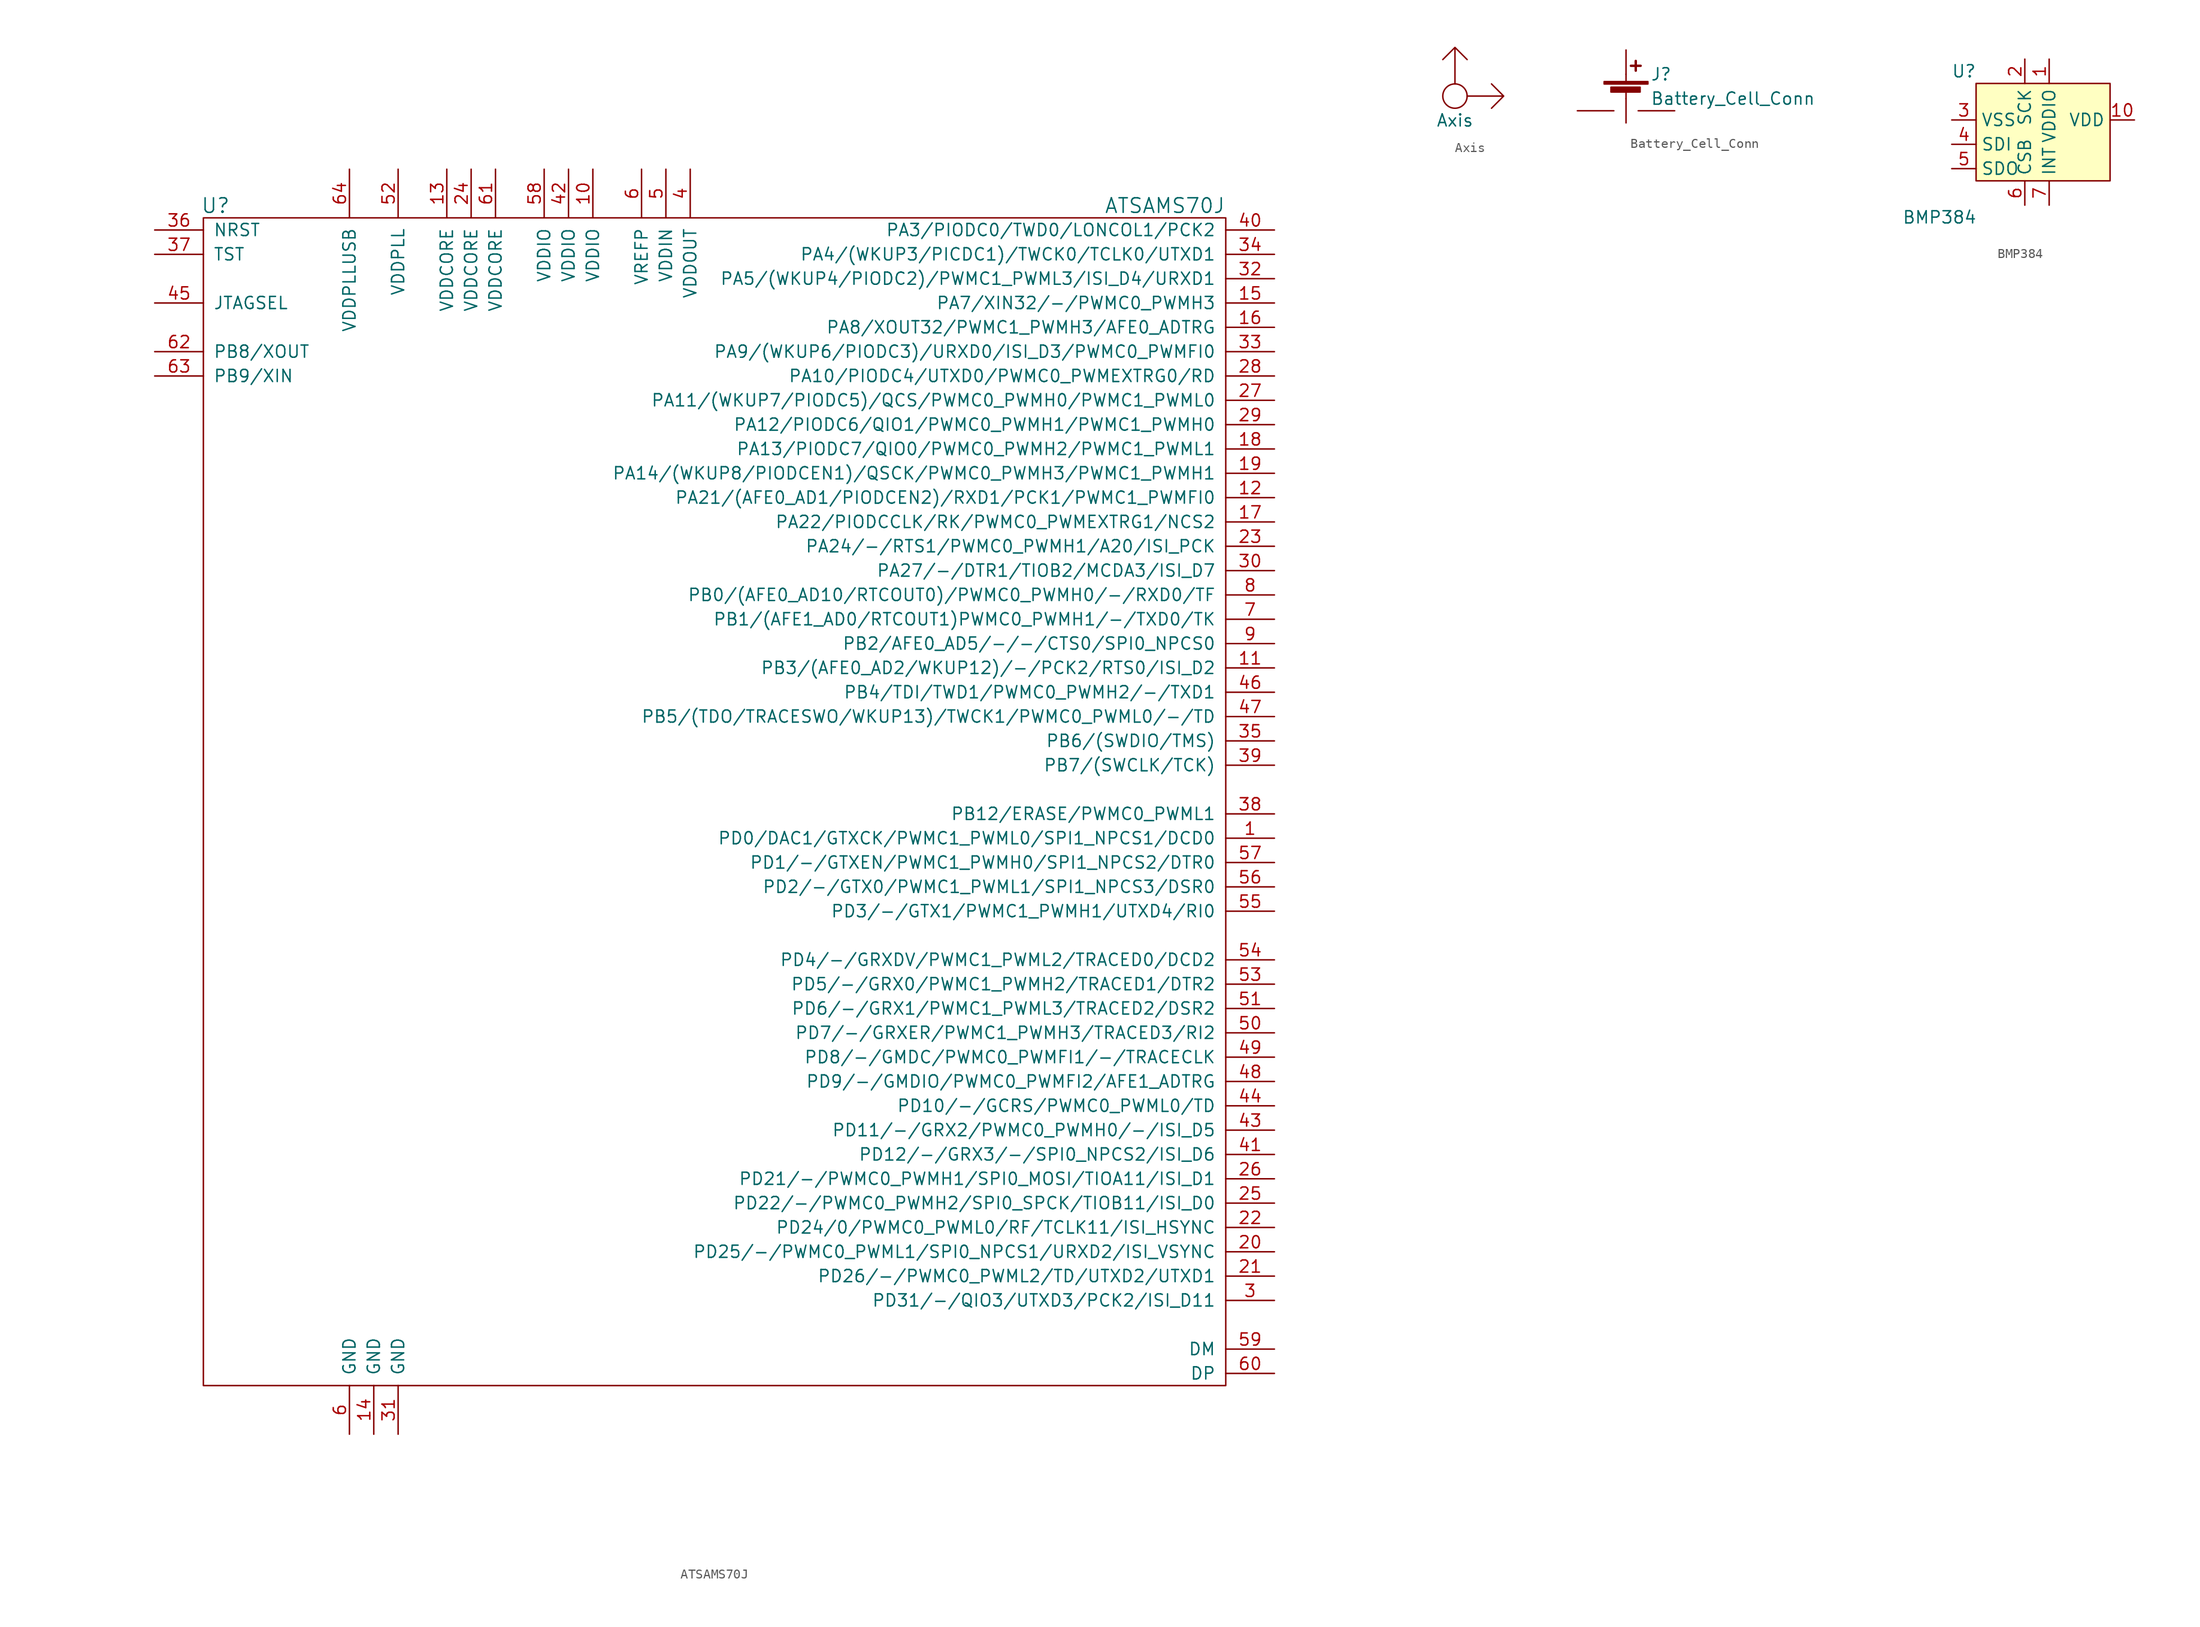
<source format=kicad_sym>
(kicad_symbol_lib
  (version 20211014)
  (generator kicad_symbol_editor)
  (symbol "ATSAMS70J"
    (pin_names
      (offset 1.016))
    (property "Reference" "U"
      (at -55.88 66.04 0)
      (effects (font (size 1.524 1.524))))
    (property "Value" "ATSAMS70J"
      (at 43.18 66.04 0)
      (effects (font (size 1.524 1.524))))
    (symbol "ATSAMS70J_0_1"
      (rectangle (start 49.53 64.77) (end -57.15 -57.15) (stroke (width 0) (type default) (color 0 0 0 0)) (fill (type none))))
    (symbol "ATSAMS70J_1_1"
      (pin bidirectional line (at 54.61 0 180) (length 5.08) (name "PD0/DAC1/GTXCK/PWMC1_PWML0/SPI1_NPCS1/DCD0" (effects (font (size 1.27 1.27)))) (number "1" (effects (font (size 1.27 1.27)))))
      (pin power_in line (at -16.51 69.85 270) (length 5.08) (name "VDDIO" (effects (font (size 1.27 1.27)))) (number "10" (effects (font (size 1.27 1.27)))))
      (pin bidirectional line (at 54.61 17.78 180) (length 5.08) (name "PB3/(AFE0_AD2/WKUP12)/-/PCK2/RTS0/ISI_D2" (effects (font (size 1.27 1.27)))) (number "11" (effects (font (size 1.27 1.27)))))
      (pin bidirectional line (at 54.61 35.56 180) (length 5.08) (name "PA21/(AFE0_AD1/PIODCEN2)/RXD1/PCK1/PWMC1_PWMFI0" (effects (font (size 1.27 1.27)))) (number "12" (effects (font (size 1.27 1.27)))))
      (pin power_in line (at -31.75 69.85 270) (length 5.08) (name "VDDCORE" (effects (font (size 1.27 1.27)))) (number "13" (effects (font (size 1.27 1.27)))))
      (pin power_in line (at -39.37 -62.23 90) (length 5.08) (name "GND" (effects (font (size 1.27 1.27)))) (number "14" (effects (font (size 1.27 1.27)))))
      (pin bidirectional line (at 54.61 55.88 180) (length 5.08) (name "PA7/XIN32/-/PWMC0_PWMH3" (effects (font (size 1.27 1.27)))) (number "15" (effects (font (size 1.27 1.27)))))
      (pin bidirectional line (at 54.61 53.34 180) (length 5.08) (name "PA8/XOUT32/PWMC1_PWMH3/AFE0_ADTRG" (effects (font (size 1.27 1.27)))) (number "16" (effects (font (size 1.27 1.27)))))
      (pin bidirectional line (at 54.61 33.02 180) (length 5.08) (name "PA22/PIODCCLK/RK/PWMC0_PWMEXTRG1/NCS2" (effects (font (size 1.27 1.27)))) (number "17" (effects (font (size 1.27 1.27)))))
      (pin bidirectional line (at 54.61 40.64 180) (length 5.08) (name "PA13/PIODC7/QIO0/PWMC0_PWMH2/PWMC1_PWML1" (effects (font (size 1.27 1.27)))) (number "18" (effects (font (size 1.27 1.27)))))
      (pin bidirectional line (at 54.61 38.1 180) (length 5.08) (name "PA14/(WKUP8/PIODCEN1)/QSCK/PWMC0_PWMH3/PWMC1_PWMH1" (effects (font (size 1.27 1.27)))) (number "19" (effects (font (size 1.27 1.27)))))
      (pin bidirectional line (at 54.61 -43.18 180) (length 5.08) (name "PD25/-/PWMC0_PWML1/SPI0_NPCS1/URXD2/ISI_VSYNC" (effects (font (size 1.27 1.27)))) (number "20" (effects (font (size 1.27 1.27)))))
      (pin bidirectional line (at 54.61 -45.72 180) (length 5.08) (name "PD26/-/PWMC0_PWML2/TD/UTXD2/UTXD1" (effects (font (size 1.27 1.27)))) (number "21" (effects (font (size 1.27 1.27)))))
      (pin bidirectional line (at 54.61 -40.64 180) (length 5.08) (name "PD24/0/PWMC0_PWML0/RF/TCLK11/ISI_HSYNC" (effects (font (size 1.27 1.27)))) (number "22" (effects (font (size 1.27 1.27)))))
      (pin bidirectional line (at 54.61 30.48 180) (length 5.08) (name "PA24/-/RTS1/PWMC0_PWMH1/A20/ISI_PCK" (effects (font (size 1.27 1.27)))) (number "23" (effects (font (size 1.27 1.27)))))
      (pin power_in line (at -29.21 69.85 270) (length 5.08) (name "VDDCORE" (effects (font (size 1.27 1.27)))) (number "24" (effects (font (size 1.27 1.27)))))
      (pin bidirectional line (at 54.61 -38.1 180) (length 5.08) (name "PD22/-/PWMC0_PWMH2/SPI0_SPCK/TIOB11/ISI_D0" (effects (font (size 1.27 1.27)))) (number "25" (effects (font (size 1.27 1.27)))))
      (pin bidirectional line (at 54.61 -35.56 180) (length 5.08) (name "PD21/-/PWMC0_PWMH1/SPI0_MOSI/TIOA11/ISI_D1" (effects (font (size 1.27 1.27)))) (number "26" (effects (font (size 1.27 1.27)))))
      (pin bidirectional line (at 54.61 45.72 180) (length 5.08) (name "PA11/(WKUP7/PIODC5)/QCS/PWMC0_PWMH0/PWMC1_PWML0" (effects (font (size 1.27 1.27)))) (number "27" (effects (font (size 1.27 1.27)))))
      (pin bidirectional line (at 54.61 48.26 180) (length 5.08) (name "PA10/PIODC4/UTXD0/PWMC0_PWMEXTRG0/RD" (effects (font (size 1.27 1.27)))) (number "28" (effects (font (size 1.27 1.27)))))
      (pin bidirectional line (at 54.61 43.18 180) (length 5.08) (name "PA12/PIODC6/QIO1/PWMC0_PWMH1/PWMC1_PWMH0" (effects (font (size 1.27 1.27)))) (number "29" (effects (font (size 1.27 1.27)))))
      (pin bidirectional line (at 54.61 -48.26 180) (length 5.08) (name "PD31/-/QIO3/UTXD3/PCK2/ISI_D11" (effects (font (size 1.27 1.27)))) (number "3" (effects (font (size 1.27 1.27)))))
      (pin bidirectional line (at 54.61 27.94 180) (length 5.08) (name "PA27/-/DTR1/TIOB2/MCDA3/ISI_D7" (effects (font (size 1.27 1.27)))) (number "30" (effects (font (size 1.27 1.27)))))
      (pin power_in line (at -36.83 -62.23 90) (length 5.08) (name "GND" (effects (font (size 1.27 1.27)))) (number "31" (effects (font (size 1.27 1.27)))))
      (pin bidirectional line (at 54.61 58.42 180) (length 5.08) (name "PA5/(WKUP4/PIODC2)/PWMC1_PWML3/ISI_D4/URXD1" (effects (font (size 1.27 1.27)))) (number "32" (effects (font (size 1.27 1.27)))))
      (pin bidirectional line (at 54.61 50.8 180) (length 5.08) (name "PA9/(WKUP6/PIODC3)/URXD0/ISI_D3/PWMC0_PWMFI0" (effects (font (size 1.27 1.27)))) (number "33" (effects (font (size 1.27 1.27)))))
      (pin bidirectional line (at 54.61 60.96 180) (length 5.08) (name "PA4/(WKUP3/PICDC1)/TWCK0/TCLK0/UTXD1" (effects (font (size 1.27 1.27)))) (number "34" (effects (font (size 1.27 1.27)))))
      (pin bidirectional line (at 54.61 10.16 180) (length 5.08) (name "PB6/(SWDIO/TMS)" (effects (font (size 1.27 1.27)))) (number "35" (effects (font (size 1.27 1.27)))))
      (pin input line (at -62.23 63.5 0) (length 5.08) (name "NRST" (effects (font (size 1.27 1.27)))) (number "36" (effects (font (size 1.27 1.27)))))
      (pin input line (at -62.23 60.96 0) (length 5.08) (name "TST" (effects (font (size 1.27 1.27)))) (number "37" (effects (font (size 1.27 1.27)))))
      (pin bidirectional line (at 54.61 2.54 180) (length 5.08) (name "PB12/ERASE/PWMC0_PWML1" (effects (font (size 1.27 1.27)))) (number "38" (effects (font (size 1.27 1.27)))))
      (pin bidirectional line (at 54.61 7.62 180) (length 5.08) (name "PB7/(SWCLK/TCK)" (effects (font (size 1.27 1.27)))) (number "39" (effects (font (size 1.27 1.27)))))
      (pin power_out line (at -6.35 69.85 270) (length 5.08) (name "VDDOUT" (effects (font (size 1.27 1.27)))) (number "4" (effects (font (size 1.27 1.27)))))
      (pin bidirectional line (at 54.61 63.5 180) (length 5.08) (name "PA3/PIODC0/TWD0/LONCOL1/PCK2" (effects (font (size 1.27 1.27)))) (number "40" (effects (font (size 1.27 1.27)))))
      (pin bidirectional line (at 54.61 -33.02 180) (length 5.08) (name "PD12/-/GRX3/-/SPI0_NPCS2/ISI_D6" (effects (font (size 1.27 1.27)))) (number "41" (effects (font (size 1.27 1.27)))))
      (pin power_in line (at -19.05 69.85 270) (length 5.08) (name "VDDIO" (effects (font (size 1.27 1.27)))) (number "42" (effects (font (size 1.27 1.27)))))
      (pin bidirectional line (at 54.61 -30.48 180) (length 5.08) (name "PD11/-/GRX2/PWMC0_PWMH0/-/ISI_D5" (effects (font (size 1.27 1.27)))) (number "43" (effects (font (size 1.27 1.27)))))
      (pin bidirectional line (at 54.61 -27.94 180) (length 5.08) (name "PD10/-/GCRS/PWMC0_PWML0/TD" (effects (font (size 1.27 1.27)))) (number "44" (effects (font (size 1.27 1.27)))))
      (pin power_in line (at -62.23 55.88 0) (length 5.08) (name "JTAGSEL" (effects (font (size 1.27 1.27)))) (number "45" (effects (font (size 1.27 1.27)))))
      (pin bidirectional line (at 54.61 15.24 180) (length 5.08) (name "PB4/TDI/TWD1/PWMC0_PWMH2/-/TXD1" (effects (font (size 1.27 1.27)))) (number "46" (effects (font (size 1.27 1.27)))))
      (pin bidirectional line (at 54.61 12.7 180) (length 5.08) (name "PB5/(TDO/TRACESWO/WKUP13)/TWCK1/PWMC0_PWML0/-/TD" (effects (font (size 1.27 1.27)))) (number "47" (effects (font (size 1.27 1.27)))))
      (pin bidirectional line (at 54.61 -25.4 180) (length 5.08) (name "PD9/-/GMDIO/PWMC0_PWMFI2/AFE1_ADTRG" (effects (font (size 1.27 1.27)))) (number "48" (effects (font (size 1.27 1.27)))))
      (pin bidirectional line (at 54.61 -22.86 180) (length 5.08) (name "PD8/-/GMDC/PWMC0_PWMFI1/-/TRACECLK" (effects (font (size 1.27 1.27)))) (number "49" (effects (font (size 1.27 1.27)))))
      (pin power_out line (at -8.89 69.85 270) (length 5.08) (name "VDDIN" (effects (font (size 1.27 1.27)))) (number "5" (effects (font (size 1.27 1.27)))))
      (pin bidirectional line (at 54.61 -20.32 180) (length 5.08) (name "PD7/-/GRXER/PWMC1_PWMH3/TRACED3/RI2" (effects (font (size 1.27 1.27)))) (number "50" (effects (font (size 1.27 1.27)))))
      (pin bidirectional line (at 54.61 -17.78 180) (length 5.08) (name "PD6/-/GRX1/PWMC1_PWML3/TRACED2/DSR2" (effects (font (size 1.27 1.27)))) (number "51" (effects (font (size 1.27 1.27)))))
      (pin power_in line (at -36.83 69.85 270) (length 5.08) (name "VDDPLL" (effects (font (size 1.27 1.27)))) (number "52" (effects (font (size 1.27 1.27)))))
      (pin bidirectional line (at 54.61 -15.24 180) (length 5.08) (name "PD5/-/GRX0/PWMC1_PWMH2/TRACED1/DTR2" (effects (font (size 1.27 1.27)))) (number "53" (effects (font (size 1.27 1.27)))))
      (pin bidirectional line (at 54.61 -12.7 180) (length 5.08) (name "PD4/-/GRXDV/PWMC1_PWML2/TRACED0/DCD2" (effects (font (size 1.27 1.27)))) (number "54" (effects (font (size 1.27 1.27)))))
      (pin bidirectional line (at 54.61 -7.62 180) (length 5.08) (name "PD3/-/GTX1/PWMC1_PWMH1/UTXD4/RI0" (effects (font (size 1.27 1.27)))) (number "55" (effects (font (size 1.27 1.27)))))
      (pin bidirectional line (at 54.61 -5.08 180) (length 5.08) (name "PD2/-/GTX0/PWMC1_PWML1/SPI1_NPCS3/DSR0" (effects (font (size 1.27 1.27)))) (number "56" (effects (font (size 1.27 1.27)))))
      (pin bidirectional line (at 54.61 -2.54 180) (length 5.08) (name "PD1/-/GTXEN/PWMC1_PWMH0/SPI1_NPCS2/DTR0" (effects (font (size 1.27 1.27)))) (number "57" (effects (font (size 1.27 1.27)))))
      (pin power_in line (at -21.59 69.85 270) (length 5.08) (name "VDDIO" (effects (font (size 1.27 1.27)))) (number "58" (effects (font (size 1.27 1.27)))))
      (pin bidirectional line (at 54.61 -53.34 180) (length 5.08) (name "DM" (effects (font (size 1.27 1.27)))) (number "59" (effects (font (size 1.27 1.27)))))
      (pin power_in line (at -41.91 -62.23 90) (length 5.08) (name "GND" (effects (font (size 1.27 1.27)))) (number "6" (effects (font (size 1.27 1.27)))))
      (pin input line (at -11.43 69.85 270) (length 5.08) (name "VREFP" (effects (font (size 1.27 1.27)))) (number "6" (effects (font (size 1.27 1.27)))))
      (pin bidirectional line (at 54.61 -55.88 180) (length 5.08) (name "DP" (effects (font (size 1.27 1.27)))) (number "60" (effects (font (size 1.27 1.27)))))
      (pin power_in line (at -26.67 69.85 270) (length 5.08) (name "VDDCORE" (effects (font (size 1.27 1.27)))) (number "61" (effects (font (size 1.27 1.27)))))
      (pin bidirectional line (at -62.23 50.8 0) (length 5.08) (name "PB8/XOUT" (effects (font (size 1.27 1.27)))) (number "62" (effects (font (size 1.27 1.27)))))
      (pin bidirectional line (at -62.23 48.26 0) (length 5.08) (name "PB9/XIN" (effects (font (size 1.27 1.27)))) (number "63" (effects (font (size 1.27 1.27)))))
      (pin power_in line (at -41.91 69.85 270) (length 5.08) (name "VDDPLLUSB" (effects (font (size 1.27 1.27)))) (number "64" (effects (font (size 1.27 1.27)))))
      (pin bidirectional line (at 54.61 22.86 180) (length 5.08) (name "PB1/(AFE1_AD0/RTCOUT1)PWMC0_PWMH1/-/TXD0/TK" (effects (font (size 1.27 1.27)))) (number "7" (effects (font (size 1.27 1.27)))))
      (pin bidirectional line (at 54.61 25.4 180) (length 5.08) (name "PB0/(AFE0_AD10/RTCOUT0)/PWMC0_PWMH0/-/RXD0/TF" (effects (font (size 1.27 1.27)))) (number "8" (effects (font (size 1.27 1.27)))))
      (pin bidirectional line (at 54.61 20.32 180) (length 5.08) (name "PB2/AFE0_AD5/-/-/CTS0/SPI0_NPCS0" (effects (font (size 1.27 1.27)))) (number "9" (effects (font (size 1.27 1.27)))))))
  (symbol "Axis"
    (property "Reference" "G"
      (at 0 0 0)
      (effects (font (size 1.27 1.27)) hide))
    (property "Value" "Axis"
      (at 0 -2.54 0)
      (effects (font (size 1.27 1.27))))
    (symbol "Axis_0_1"
      (polyline (pts (xy 0 1.27) (xy 0 5.08) (xy -1.27 3.81) (xy 0 5.08) (xy 1.27 3.81)) (stroke (width 0.152) (type default) (color 0 0 0 0)) (fill (type none)))
      (polyline (pts (xy 1.27 0) (xy 5.08 0) (xy 3.81 1.27) (xy 5.08 0) (xy 3.81 -1.27)) (stroke (width 0.152) (type default) (color 0 0 0 0)) (fill (type none)))
      (circle (center 0 0) (radius 1.27) (stroke (width 0.152) (type default) (color 0 0 0 0)) (fill (type none)))))
  (symbol "Battery_Cell_Conn"
    (pin_numbers hide)
    (pin_names
      (offset 0) hide)
    (property "Reference" "J"
      (at 2.54 2.54 0)
      (effects (font (size 1.27 1.27)) (justify left)))
    (property "Value" "Battery_Cell_Conn"
      (at 2.54 0 0)
      (effects (font (size 1.27 1.27)) (justify left)))
    (symbol "Battery_Cell_Conn_0_1"
      (rectangle (start -2.286 1.778) (end 2.286 1.524) (stroke (width 0) (type default) (color 0 0 0 0)) (fill (type outline)))
      (rectangle (start -1.575 1.194) (end 1.473 0.686) (stroke (width 0) (type default) (color 0 0 0 0)) (fill (type outline)))
      (polyline (pts (xy 0 0.762) (xy 0 0)) (stroke (width 0) (type default) (color 0 0 0 0)) (fill (type none)))
      (polyline (pts (xy 0 1.778) (xy 0 2.54)) (stroke (width 0) (type default) (color 0 0 0 0)) (fill (type none)))
      (polyline (pts (xy 0.508 3.429) (xy 1.524 3.429)) (stroke (width 0.254) (type default) (color 0 0 0 0)) (fill (type none)))
      (polyline (pts (xy 1.016 3.937) (xy 1.016 2.921)) (stroke (width 0.254) (type default) (color 0 0 0 0)) (fill (type none))))
    (symbol "Battery_Cell_Conn_1_1"
      (pin passive line (at 0 -2.54 90) (length 2.54) (name "-" (effects (font (size 1.27 1.27)))) (number "1" (effects (font (size 1.27 1.27)))))
      (pin passive line (at 0 5.08 270) (length 2.54) (name "+" (effects (font (size 1.27 1.27)))) (number "2" (effects (font (size 1.27 1.27)))))
      (pin power_in line (at -5.08 -1.27 0) (length 3.81) (name "Conn3" (effects (font (size 1.27 1.27)))) (number "3" (effects (font (size 1.27 1.27)))))
      (pin power_in line (at 5.08 -1.27 180) (length 3.81) (name "Conn4" (effects (font (size 1.27 1.27)))) (number "4" (effects (font (size 1.27 1.27)))))))
  (symbol "BMP384"
    (property "Reference" "U"
      (at -8.89 7.62 0)
      (effects (font (size 1.27 1.27))))
    (property "Value" "BMP384"
      (at -11.43 -7.62 0)
      (effects (font (size 1.27 1.27))))
    (symbol "BMP384_0_1"
      (rectangle (start -7.62 6.35) (end 6.35 -3.81) (stroke (width 0.152) (type default) (color 0 0 0 0)) (fill (type background))))
    (symbol "BMP384_1_1"
      (pin passive line (at 0 8.89 270) (length 2.54) (name "VDDIO" (effects (font (size 1.27 1.27)))) (number "1" (effects (font (size 1.27 1.27)))))
      (pin passive line (at 8.89 2.54 180) (length 2.54) (name "VDD" (effects (font (size 1.27 1.27)))) (number "10" (effects (font (size 1.27 1.27)))))
      (pin input line (at -2.54 8.89 270) (length 2.54) (name "SCK" (effects (font (size 1.27 1.27)))) (number "2" (effects (font (size 1.27 1.27)))))
      (pin passive line (at -10.16 2.54 0) (length 2.54) (name "VSS" (effects (font (size 1.27 1.27)))) (number "3" (effects (font (size 1.27 1.27)))))
      (pin bidirectional line (at -10.16 0 0) (length 2.54) (name "SDI" (effects (font (size 1.27 1.27)))) (number "4" (effects (font (size 1.27 1.27)))))
      (pin bidirectional line (at -10.16 -2.54 0) (length 2.54) (name "SDO" (effects (font (size 1.27 1.27)))) (number "5" (effects (font (size 1.27 1.27)))))
      (pin input line (at -2.54 -6.35 90) (length 2.54) (name "CSB" (effects (font (size 1.27 1.27)))) (number "6" (effects (font (size 1.27 1.27)))))
      (pin input line (at 0 -6.35 90) (length 2.54) (name "INT" (effects (font (size 1.27 1.27)))) (number "7" (effects (font (size 1.27 1.27)))))
      (pin passive line (at -10.16 2.54 0) (length 2.54) hide (name "VSS" (effects (font (size 1.27 1.27)))) (number "8" (effects (font (size 1.27 1.27)))))
      (pin passive line (at -10.16 2.54 0) (length 2.54) hide (name "VSS" (effects (font (size 1.27 1.27)))) (number "9" (effects (font (size 1.27 1.27))))))))
</source>
